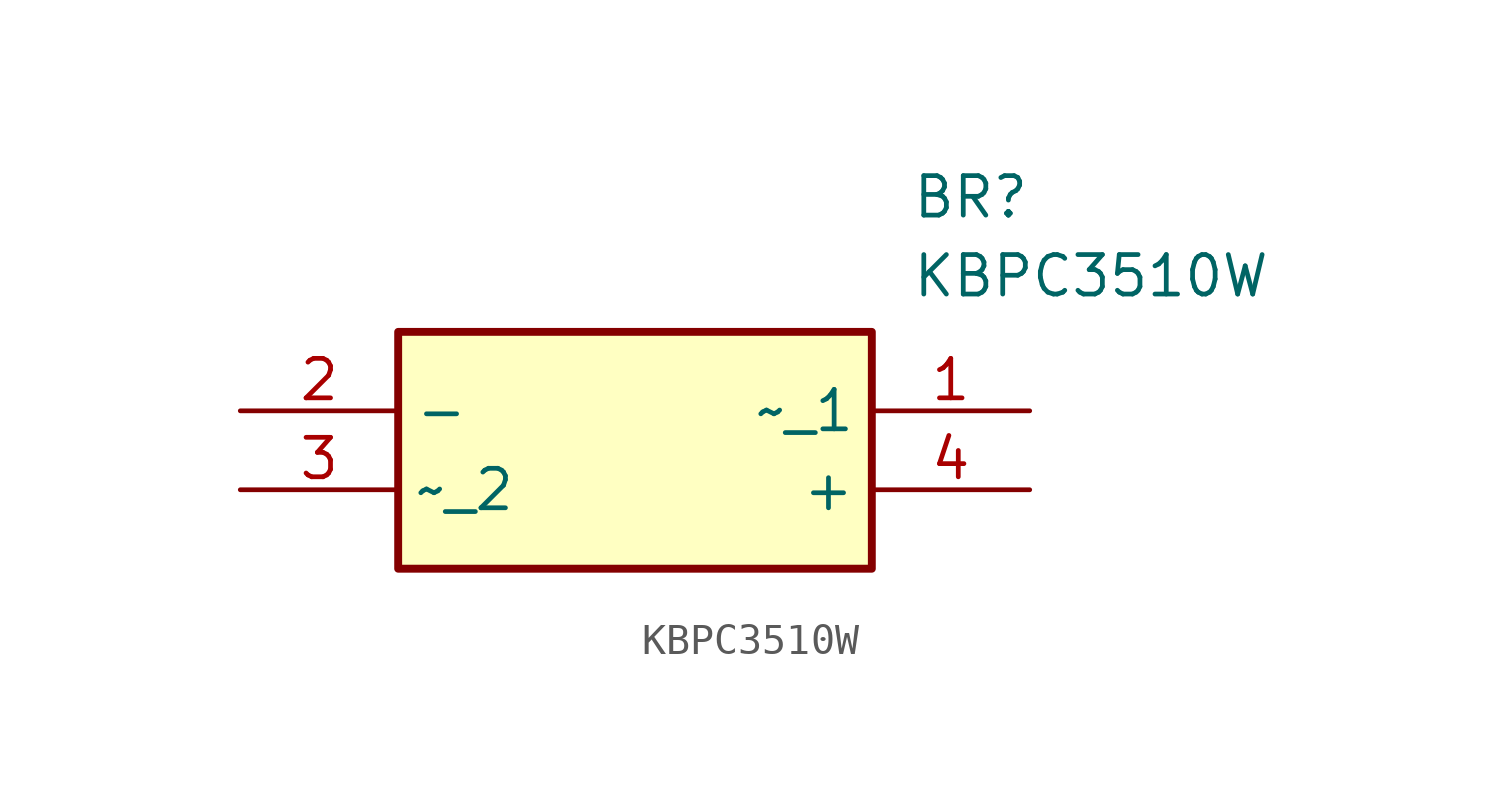
<source format=kicad_sym>
(kicad_symbol_lib
  (version 20211014)
  (generator SamacSys_ECAD_Model)
  (symbol "KBPC3510W"
    (property "Reference" "BR"
      (at 21.59 7.62 0)
      (effects (font (size 1.27 1.27)) (justify left top)))
    (property "Value" "KBPC3510W"
      (at 21.59 5.08 0)
      (effects (font (size 1.27 1.27)) (justify left top)))
    (rectangle
      (start 5.08 2.54)
      (end 20.32 -5.08)
      (stroke (width 0.254) (type default))
      (fill (type background)))
    (pin passive line
      (at 25.4 0 180)
      (length 5.08)
      (name "~_1" (effects (font (size 1.27 1.27))))
      (number "1" (effects (font (size 1.27 1.27)))))
    (pin passive line
      (at 0 0 0)
      (length 5.08)
      (name "-" (effects (font (size 1.27 1.27))))
      (number "2" (effects (font (size 1.27 1.27)))))
    (pin passive line
      (at 0 -2.54 0)
      (length 5.08)
      (name "~_2" (effects (font (size 1.27 1.27))))
      (number "3" (effects (font (size 1.27 1.27)))))
    (pin passive line
      (at 25.4 -2.54 180)
      (length 5.08)
      (name "+" (effects (font (size 1.27 1.27))))
      (number "4" (effects (font (size 1.27 1.27)))))))
</source>
